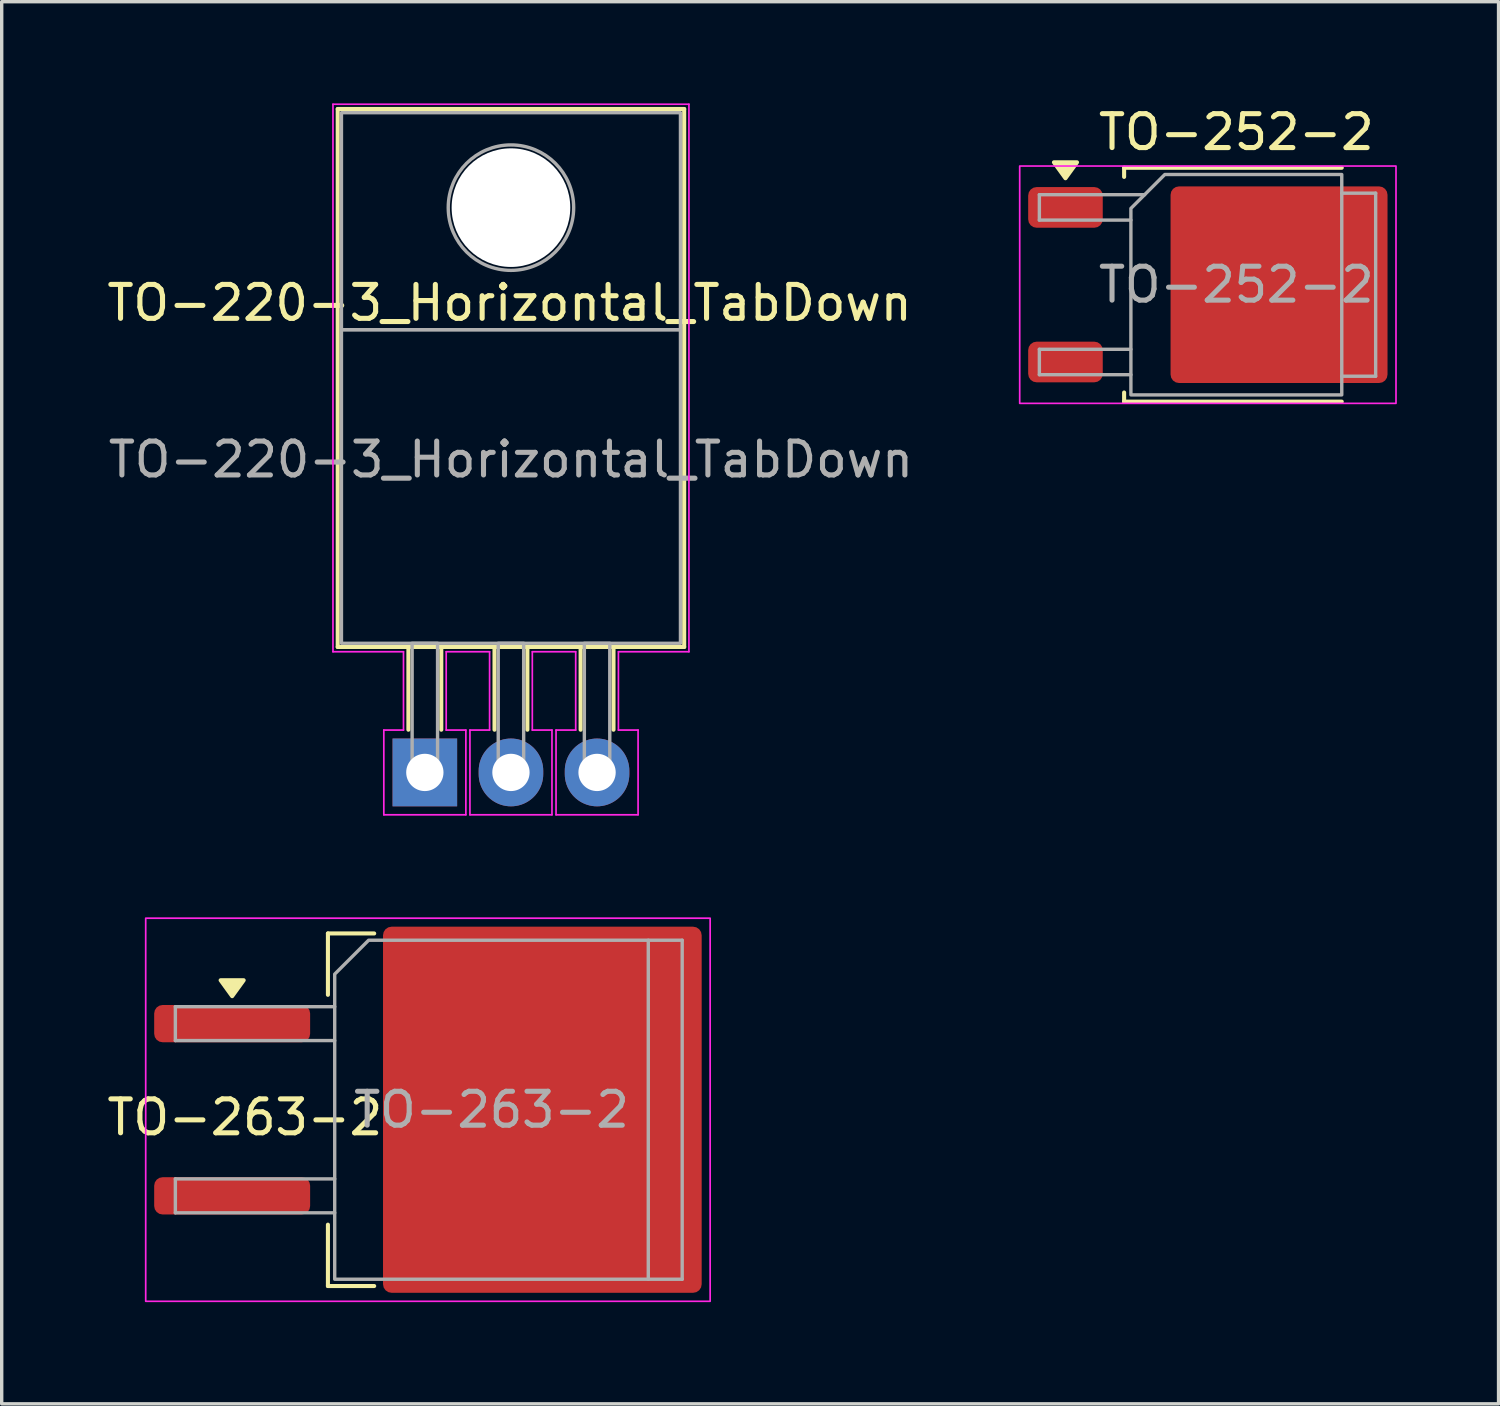
<source format=kicad_pcb>
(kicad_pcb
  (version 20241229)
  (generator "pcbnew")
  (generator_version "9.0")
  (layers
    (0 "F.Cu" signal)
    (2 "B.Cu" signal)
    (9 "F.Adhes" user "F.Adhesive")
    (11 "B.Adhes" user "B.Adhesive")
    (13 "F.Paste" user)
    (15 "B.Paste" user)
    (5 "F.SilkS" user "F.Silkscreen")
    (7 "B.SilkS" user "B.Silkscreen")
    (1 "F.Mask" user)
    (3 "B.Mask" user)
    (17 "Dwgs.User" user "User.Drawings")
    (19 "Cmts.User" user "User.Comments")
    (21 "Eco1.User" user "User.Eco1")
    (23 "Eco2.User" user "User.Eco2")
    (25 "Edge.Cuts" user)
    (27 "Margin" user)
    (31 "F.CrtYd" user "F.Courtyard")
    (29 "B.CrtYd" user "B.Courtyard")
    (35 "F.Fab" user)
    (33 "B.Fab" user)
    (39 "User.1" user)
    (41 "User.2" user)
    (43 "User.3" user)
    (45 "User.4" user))
  (footprint "TO-263-2"
    (layer "F.Cu")
    (at 11.448 29.685)
    (property "Reference" "TO-263-2" (at -7.275 0.225 180) (layer "F.SilkS") (effects (font (size 1 1) (thickness 0.15))))
    (attr smd)
    (fp_line (start -4.825 -5.2) (end -4.825 -3.39) (stroke (width 0.12) (type solid)) (layer "F.SilkS"))
    (fp_line (start -4.825 5.2) (end -4.825 3.39) (stroke (width 0.12) (type solid)) (layer "F.SilkS"))
    (fp_line (start -3.46 -5.2) (end -4.825 -5.2) (stroke (width 0.12) (type solid)) (layer "F.SilkS"))
    (fp_line (start -3.46 5.2) (end -4.825 5.2) (stroke (width 0.12) (type solid)) (layer "F.SilkS"))
    (fp_poly (pts (xy -7.65 -3.35) (xy -7.99 -3.82) (xy -7.31 -3.82)) (stroke (width 0.12) (type solid)) (fill yes) (layer "F.SilkS"))
    (fp_rect (start -10.2 -5.65) (end 6.45 5.65) (stroke (width 0.05) (type solid)) (fill no) (layer "F.CrtYd"))
    (fp_line (start -9.325 -3.04) (end -9.325 -2.04) (stroke (width 0.1) (type solid)) (layer "F.Fab"))
    (fp_line (start -9.325 -2.04) (end -4.625 -2.04) (stroke (width 0.1) (type solid)) (layer "F.Fab"))
    (fp_line (start -9.325 2.04) (end -9.325 3.04) (stroke (width 0.1) (type solid)) (layer "F.Fab"))
    (fp_line (start -9.325 3.04) (end -4.625 3.04) (stroke (width 0.1) (type solid)) (layer "F.Fab"))
    (fp_line (start -4.625 -3.04) (end -9.325 -3.04) (stroke (width 0.1) (type solid)) (layer "F.Fab"))
    (fp_line (start -4.625 2.04) (end -9.325 2.04) (stroke (width 0.1) (type solid)) (layer "F.Fab"))
    (fp_line (start 4.625 -5) (end 5.625 -5) (stroke (width 0.1) (type solid)) (layer "F.Fab"))
    (fp_line (start 5.625 -5) (end 5.625 5) (stroke (width 0.1) (type solid)) (layer "F.Fab"))
    (fp_line (start 5.625 5) (end 4.625 5) (stroke (width 0.1) (type solid)) (layer "F.Fab"))
    (fp_poly (pts (xy 4.625 -5) (xy 4.625 5) (xy -4.625 5) (xy -4.625 -4) (xy -3.625 -5)) (stroke (width 0.1) (type solid)) (fill no) (layer "F.Fab"))
    (fp_text user "${REFERENCE}" (at 0 0 180) (layer "F.Fab") (effects (font (size 1 1) (thickness 0.15))))
    (pad "" smd roundrect (at -0.925 -2.775) (size 4.55 5.25) (layers "F.Paste") (roundrect_rratio 0.055))
    (pad "" smd roundrect (at -0.925 2.775) (size 4.55 5.25) (layers "F.Paste") (roundrect_rratio 0.055))
    (pad "" smd roundrect (at 3.925 -2.775) (size 4.55 5.25) (layers "F.Paste") (roundrect_rratio 0.055))
    (pad "" smd roundrect (at 3.925 2.775) (size 4.55 5.25) (layers "F.Paste") (roundrect_rratio 0.055))
    (pad "1" smd roundrect (at -7.65 -2.54) (size 4.6 1.1) (layers "F.Cu" "F.Mask" "F.Paste") (roundrect_rratio 0.227))
    (pad "2" smd roundrect (at 1.5 0) (size 9.4 10.8) (layers "F.Cu" "F.Mask") (roundrect_rratio 0.027))
    (pad "3" smd roundrect (at -7.65 2.54) (size 4.6 1.1) (layers "F.Cu" "F.Mask" "F.Paste") (roundrect_rratio 0.227)))
  (footprint "TO-220-3_Horizontal_TabDown"
    (layer "F.Cu")
    (at 9.482 19.735)
    (property "Reference" "TO-220-3_Horizontal_TabDown" (at 2.5 -13.85 0) (layer "F.SilkS") (effects (font (size 1 1) (thickness 0.15))))
    (attr through_hole)
    (fp_line (start -2.57 -19.57) (end 7.65 -19.57) (stroke (width 0.12) (type solid)) (layer "F.SilkS"))
    (fp_line (start -2.57 -3.7) (end -2.57 -19.57) (stroke (width 0.12) (type solid)) (layer "F.SilkS"))
    (fp_line (start -2.57 -3.7) (end 7.65 -3.7) (stroke (width 0.12) (type solid)) (layer "F.SilkS"))
    (fp_line (start -0.485 -3.7) (end -0.485 -1.26) (stroke (width 0.12) (type solid)) (layer "F.SilkS"))
    (fp_line (start 0.485 -3.7) (end 0.485 -1.26) (stroke (width 0.12) (type solid)) (layer "F.SilkS"))
    (fp_line (start 2.055 -3.7) (end 2.055 -1.26) (stroke (width 0.12) (type solid)) (layer "F.SilkS"))
    (fp_line (start 3.025 -3.7) (end 3.025 -1.26) (stroke (width 0.12) (type solid)) (layer "F.SilkS"))
    (fp_line (start 4.595 -3.7) (end 4.595 -1.26) (stroke (width 0.12) (type solid)) (layer "F.SilkS"))
    (fp_line (start 5.565 -3.7) (end 5.565 -1.26) (stroke (width 0.12) (type solid)) (layer "F.SilkS"))
    (fp_line (start 7.65 -3.7) (end 7.65 -19.57) (stroke (width 0.12) (type solid)) (layer "F.SilkS"))
    (fp_line (start -2.71 -19.71) (end 7.79 -19.71) (stroke (width 0.05) (type solid)) (layer "F.CrtYd"))
    (fp_line (start -2.71 -3.56) (end -2.71 -19.71) (stroke (width 0.05) (type solid)) (layer "F.CrtYd"))
    (fp_line (start -1.21 -1.25) (end -0.63 -1.25) (stroke (width 0.05) (type solid)) (layer "F.CrtYd"))
    (fp_line (start -1.21 1.25) (end -1.21 -1.25) (stroke (width 0.05) (type solid)) (layer "F.CrtYd"))
    (fp_line (start -0.63 -3.56) (end -2.71 -3.56) (stroke (width 0.05) (type solid)) (layer "F.CrtYd"))
    (fp_line (start -0.63 -1.25) (end -0.63 -3.56) (stroke (width 0.05) (type solid)) (layer "F.CrtYd"))
    (fp_line (start 0.63 -3.56) (end 0.63 -1.25) (stroke (width 0.05) (type solid)) (layer "F.CrtYd"))
    (fp_line (start 0.63 -1.25) (end 1.21 -1.25) (stroke (width 0.05) (type solid)) (layer "F.CrtYd"))
    (fp_line (start 1.21 -1.25) (end 1.21 1.25) (stroke (width 0.05) (type solid)) (layer "F.CrtYd"))
    (fp_line (start 1.21 1.25) (end -1.21 1.25) (stroke (width 0.05) (type solid)) (layer "F.CrtYd"))
    (fp_line (start 1.33 -1.25) (end 1.91 -1.25) (stroke (width 0.05) (type solid)) (layer "F.CrtYd"))
    (fp_line (start 1.33 1.25) (end 1.33 -1.25) (stroke (width 0.05) (type solid)) (layer "F.CrtYd"))
    (fp_line (start 1.91 -3.56) (end 0.63 -3.56) (stroke (width 0.05) (type solid)) (layer "F.CrtYd"))
    (fp_line (start 1.91 -1.25) (end 1.91 -3.56) (stroke (width 0.05) (type solid)) (layer "F.CrtYd"))
    (fp_line (start 3.17 -3.56) (end 3.17 -1.25) (stroke (width 0.05) (type solid)) (layer "F.CrtYd"))
    (fp_line (start 3.17 -1.25) (end 3.75 -1.25) (stroke (width 0.05) (type solid)) (layer "F.CrtYd"))
    (fp_line (start 3.75 -1.25) (end 3.75 1.25) (stroke (width 0.05) (type solid)) (layer "F.CrtYd"))
    (fp_line (start 3.75 1.25) (end 1.33 1.25) (stroke (width 0.05) (type solid)) (layer "F.CrtYd"))
    (fp_line (start 3.87 -1.25) (end 4.45 -1.25) (stroke (width 0.05) (type solid)) (layer "F.CrtYd"))
    (fp_line (start 3.87 1.25) (end 3.87 -1.25) (stroke (width 0.05) (type solid)) (layer "F.CrtYd"))
    (fp_line (start 4.45 -3.56) (end 3.17 -3.56) (stroke (width 0.05) (type solid)) (layer "F.CrtYd"))
    (fp_line (start 4.45 -1.25) (end 4.45 -3.56) (stroke (width 0.05) (type solid)) (layer "F.CrtYd"))
    (fp_line (start 5.71 -3.56) (end 5.71 -1.25) (stroke (width 0.05) (type solid)) (layer "F.CrtYd"))
    (fp_line (start 5.71 -1.25) (end 6.29 -1.25) (stroke (width 0.05) (type solid)) (layer "F.CrtYd"))
    (fp_line (start 6.29 -1.25) (end 6.29 1.25) (stroke (width 0.05) (type solid)) (layer "F.CrtYd"))
    (fp_line (start 6.29 1.25) (end 3.87 1.25) (stroke (width 0.05) (type solid)) (layer "F.CrtYd"))
    (fp_line (start 7.79 -19.71) (end 7.79 -3.56) (stroke (width 0.05) (type solid)) (layer "F.CrtYd"))
    (fp_line (start 7.79 -3.56) (end 5.71 -3.56) (stroke (width 0.05) (type solid)) (layer "F.CrtYd"))
    (fp_rect (start -2.46 -19.46) (end 7.54 -13.06) (stroke (width 0.1) (type solid)) (fill no) (layer "F.Fab"))
    (fp_rect (start -2.46 -3.81) (end 7.54 -13.06) (stroke (width 0.1) (type solid)) (fill no) (layer "F.Fab"))
    (fp_rect (start -0.375 -3.81) (end 0.375 0) (stroke (width 0.1) (type solid)) (fill no) (layer "F.Fab"))
    (fp_rect (start 2.165 -3.81) (end 2.915 0) (stroke (width 0.1) (type solid)) (fill no) (layer "F.Fab"))
    (fp_rect (start 4.705 -3.81) (end 5.455 0) (stroke (width 0.1) (type solid)) (fill no) (layer "F.Fab"))
    (fp_circle (center 2.54 -16.66) (end 4.39 -16.66) (stroke (width 0.1) (type solid)) (fill no) (layer "F.Fab"))
    (fp_text user "${REFERENCE}" (at 2.54 -9.23 0) (layer "F.Fab") (effects (font (size 1 1) (thickness 0.15))))
    (pad "" np_thru_hole circle (at 2.54 -16.66) (size 3.5 3.5) (drill 3.5) (layers "*.Cu" "*.Mask"))
    (pad "1" thru_hole rect (at 0 0) (size 1.905 2) (drill 1.1) (layers "*.Cu" "*.Mask"))
    (pad "2" thru_hole oval (at 2.54 0) (size 1.905 2) (drill 1.1) (layers "*.Cu" "*.Mask"))
    (pad "3" thru_hole oval (at 5.08 0) (size 1.905 2) (drill 1.1) (layers "*.Cu" "*.Mask")))
  (footprint "TO-252-2"
    (layer "F.Cu")
    (at 33.419 5.348)
    (property "Reference" "TO-252-2" (at 0 -4.5 180) (layer "F.SilkS") (effects (font (size 1 1) (thickness 0.15))))
    (attr smd)
    (fp_line (start -3.31 -3.45) (end -3.31 -3.18) (stroke (width 0.12) (type solid)) (layer "F.SilkS"))
    (fp_line (start -3.31 3.45) (end -3.31 3.18) (stroke (width 0.12) (type solid)) (layer "F.SilkS"))
    (fp_line (start 3.11 -3.45) (end -3.31 -3.45) (stroke (width 0.12) (type solid)) (layer "F.SilkS"))
    (fp_line (start 3.11 3.45) (end -3.31 3.45) (stroke (width 0.12) (type solid)) (layer "F.SilkS"))
    (fp_poly (pts (xy -5.04 -3.14) (xy -5.38 -3.61) (xy -4.7 -3.61)) (stroke (width 0.12) (type solid)) (fill yes) (layer "F.SilkS"))
    (fp_rect (start -6.39 -3.5) (end 4.71 3.5) (stroke (width 0.05) (type solid)) (fill no) (layer "F.CrtYd"))
    (fp_line (start -5.81 -2.655) (end -5.81 -1.905) (stroke (width 0.1) (type solid)) (layer "F.Fab"))
    (fp_line (start -5.81 -1.905) (end -3.11 -1.905) (stroke (width 0.1) (type solid)) (layer "F.Fab"))
    (fp_line (start -5.81 1.905) (end -5.81 2.655) (stroke (width 0.1) (type solid)) (layer "F.Fab"))
    (fp_line (start -5.81 2.655) (end -3.11 2.655) (stroke (width 0.1) (type solid)) (layer "F.Fab"))
    (fp_line (start -3.11 1.905) (end -5.81 1.905) (stroke (width 0.1) (type solid)) (layer "F.Fab"))
    (fp_line (start -2.705 -2.655) (end -5.81 -2.655) (stroke (width 0.1) (type solid)) (layer "F.Fab"))
    (fp_line (start 3.11 -2.7) (end 4.11 -2.7) (stroke (width 0.1) (type solid)) (layer "F.Fab"))
    (fp_line (start 4.11 -2.7) (end 4.11 2.7) (stroke (width 0.1) (type solid)) (layer "F.Fab"))
    (fp_line (start 4.11 2.7) (end 3.11 2.7) (stroke (width 0.1) (type solid)) (layer "F.Fab"))
    (fp_poly (pts (xy 3.11 -3.25) (xy 3.11 3.25) (xy -3.11 3.25) (xy -3.11 -2.25) (xy -2.11 -3.25)) (stroke (width 0.1) (type solid)) (fill no) (layer "F.Fab"))
    (fp_text user "${REFERENCE}" (at 0 0 180) (layer "F.Fab") (effects (font (size 1 1) (thickness 0.15))))
    (pad "" smd roundrect (at -0.415 -1.525) (size 3.05 2.75) (layers "F.Paste") (roundrect_rratio 0.091))
    (pad "" smd roundrect (at -0.415 1.525) (size 3.05 2.75) (layers "F.Paste") (roundrect_rratio 0.091))
    (pad "" smd roundrect (at 2.935 -1.525) (size 3.05 2.75) (layers "F.Paste") (roundrect_rratio 0.091))
    (pad "" smd roundrect (at 2.935 1.525) (size 3.05 2.75) (layers "F.Paste") (roundrect_rratio 0.091))
    (pad "1" smd roundrect (at -5.04 -2.28) (size 2.2 1.2) (layers "F.Cu" "F.Mask" "F.Paste") (roundrect_rratio 0.208))
    (pad "2" smd roundrect (at 1.26 0) (size 6.4 5.8) (layers "F.Cu" "F.Mask") (roundrect_rratio 0.043))
    (pad "3" smd roundrect (at -5.04 2.28) (size 2.2 1.2) (layers "F.Cu" "F.Mask" "F.Paste") (roundrect_rratio 0.208)))
  (gr_rect
    (start -3 -3)
    (end 41.154 38.36)
    (stroke (width 0.1) (type default))
    (fill no)
    (layer "Edge.Cuts")))
</source>
